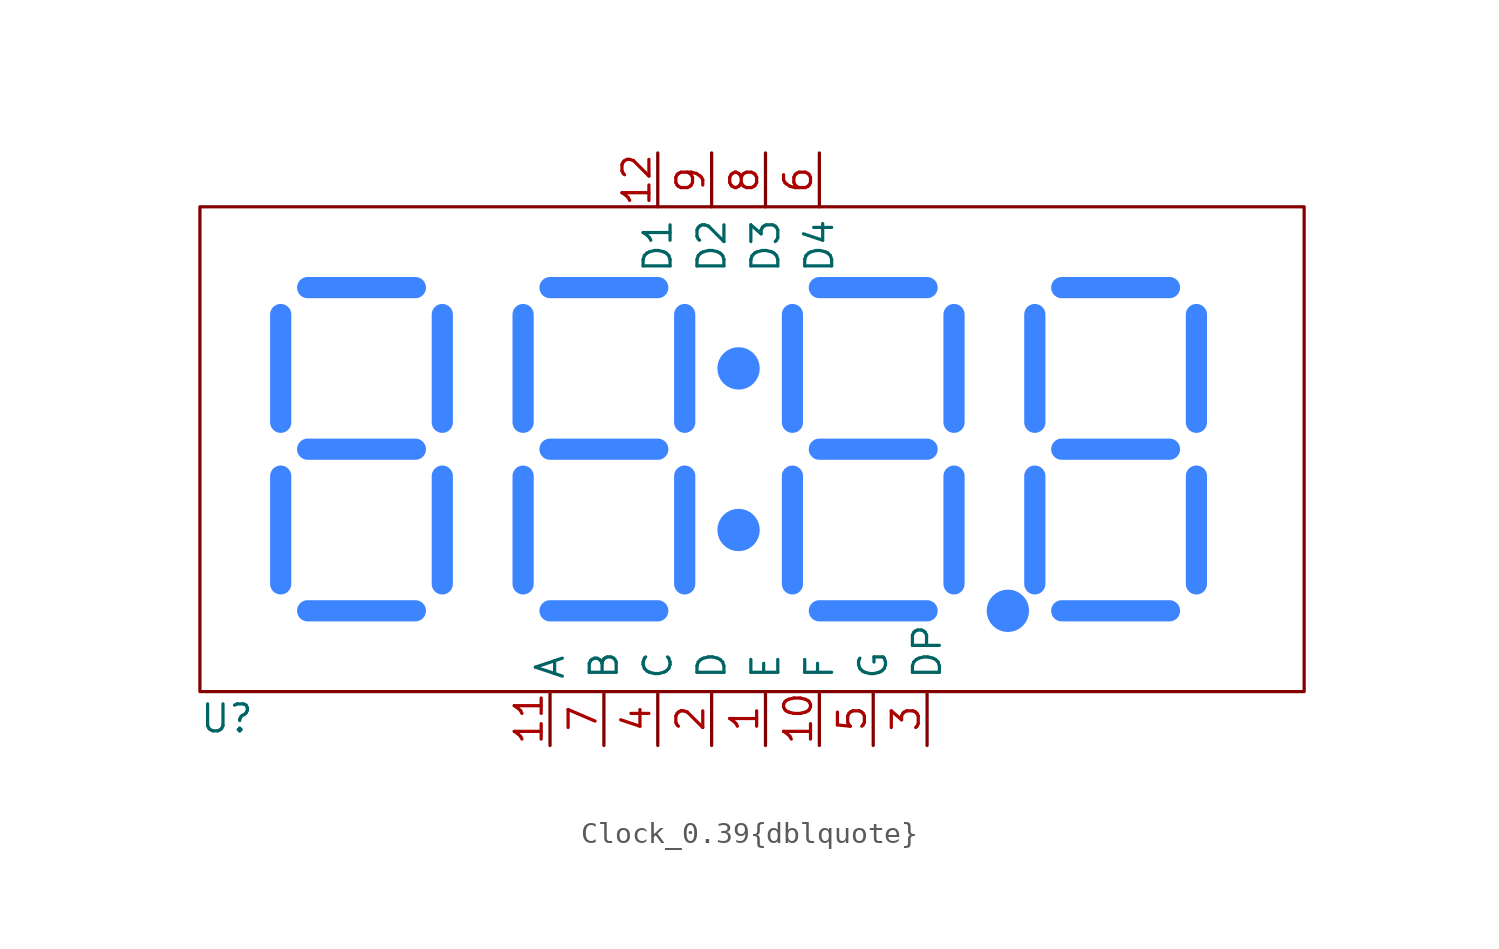
<source format=kicad_sym>
(kicad_symbol_lib
  (version 20220914)
  (generator kicad_symbol_editor)
  (symbol "Clock_0.39{dblquote}"
    (property "Reference" "U"
      (at 1.27 -1.27 0)
      (effects (font (size 1.27 1.27))))
    (property "Value" ""
      (at 0 0 0)
      (effects (font (size 1.27 1.27))))
    (symbol "Clock_0.39{dblquote}_0_1"
      (rectangle (start 0 22.86) (end 52.07 0) (stroke (width 0) (type default)) (fill (type none))))
    (symbol "Clock_0.39{dblquote}_1_1"
      (polyline (pts (xy 3.81 5.08) (xy 3.81 10.16)) (stroke (width 1) (type solid) (color 61 132 255 1)) (fill (type none)))
      (polyline (pts (xy 3.81 12.7) (xy 3.81 17.78)) (stroke (width 1) (type solid) (color 61 132 255 1)) (fill (type none)))
      (polyline (pts (xy 5.08 3.81) (xy 10.16 3.81)) (stroke (width 1) (type solid) (color 61 132 255 1)) (fill (type none)))
      (polyline (pts (xy 5.08 11.43) (xy 10.16 11.43)) (stroke (width 1) (type solid) (color 61 132 255 1)) (fill (type none)))
      (polyline (pts (xy 5.08 19.05) (xy 10.16 19.05)) (stroke (width 1) (type solid) (color 61 132 255 1)) (fill (type none)))
      (polyline (pts (xy 11.43 10.16) (xy 11.43 5.08)) (stroke (width 1) (type solid) (color 61 132 255 1)) (fill (type none)))
      (polyline (pts (xy 11.43 12.7) (xy 11.43 17.78)) (stroke (width 1) (type solid) (color 61 132 255 1)) (fill (type none)))
      (polyline (pts (xy 15.24 5.08) (xy 15.24 10.16)) (stroke (width 1) (type solid) (color 61 132 255 1)) (fill (type none)))
      (polyline (pts (xy 15.24 12.7) (xy 15.24 17.78)) (stroke (width 1) (type solid) (color 61 132 255 1)) (fill (type none)))
      (polyline (pts (xy 16.51 3.81) (xy 21.59 3.81)) (stroke (width 1) (type solid) (color 61 132 255 1)) (fill (type none)))
      (polyline (pts (xy 16.51 11.43) (xy 21.59 11.43)) (stroke (width 1) (type solid) (color 61 132 255 1)) (fill (type none)))
      (polyline (pts (xy 16.51 19.05) (xy 21.59 19.05)) (stroke (width 1) (type solid) (color 61 132 255 1)) (fill (type none)))
      (polyline (pts (xy 22.86 10.16) (xy 22.86 5.08)) (stroke (width 1) (type solid) (color 61 132 255 1)) (fill (type none)))
      (polyline (pts (xy 22.86 12.7) (xy 22.86 17.78)) (stroke (width 1) (type solid) (color 61 132 255 1)) (fill (type none)))
      (polyline (pts (xy 27.94 5.08) (xy 27.94 10.16)) (stroke (width 1) (type solid) (color 61 132 255 1)) (fill (type none)))
      (polyline (pts (xy 27.94 12.7) (xy 27.94 17.78)) (stroke (width 1) (type solid) (color 61 132 255 1)) (fill (type none)))
      (polyline (pts (xy 29.21 3.81) (xy 34.29 3.81)) (stroke (width 1) (type solid) (color 61 132 255 1)) (fill (type none)))
      (polyline (pts (xy 29.21 11.43) (xy 34.29 11.43)) (stroke (width 1) (type solid) (color 61 132 255 1)) (fill (type none)))
      (polyline (pts (xy 29.21 19.05) (xy 34.29 19.05)) (stroke (width 1) (type solid) (color 61 132 255 1)) (fill (type none)))
      (polyline (pts (xy 35.56 10.16) (xy 35.56 5.08)) (stroke (width 1) (type solid) (color 61 132 255 1)) (fill (type none)))
      (polyline (pts (xy 35.56 12.7) (xy 35.56 17.78)) (stroke (width 1) (type solid) (color 61 132 255 1)) (fill (type none)))
      (polyline (pts (xy 39.37 5.08) (xy 39.37 10.16)) (stroke (width 1) (type solid) (color 61 132 255 1)) (fill (type none)))
      (polyline (pts (xy 39.37 12.7) (xy 39.37 17.78)) (stroke (width 1) (type solid) (color 61 132 255 1)) (fill (type none)))
      (polyline (pts (xy 40.64 3.81) (xy 45.72 3.81)) (stroke (width 1) (type solid) (color 61 132 255 1)) (fill (type none)))
      (polyline (pts (xy 40.64 11.43) (xy 45.72 11.43)) (stroke (width 1) (type solid) (color 61 132 255 1)) (fill (type none)))
      (polyline (pts (xy 40.64 19.05) (xy 45.72 19.05)) (stroke (width 1) (type solid) (color 61 132 255 1)) (fill (type none)))
      (polyline (pts (xy 46.99 10.16) (xy 46.99 5.08)) (stroke (width 1) (type solid) (color 61 132 255 1)) (fill (type none)))
      (polyline (pts (xy 46.99 12.7) (xy 46.99 17.78)) (stroke (width 1) (type solid) (color 61 132 255 1)) (fill (type none)))
      (circle (center 25.4 7.62) (radius 0.0001) (stroke (width 1) (type solid) (color 61 132 255 1)) (fill (type none)))
      (circle (center 25.4 15.24) (radius 0.0001) (stroke (width 1) (type solid) (color 61 132 255 1)) (fill (type none)))
      (circle (center 38.1 3.81) (radius 0.0001) (stroke (width 1) (type solid) (color 61 132 255 1)) (fill (type none)))
      (pin input line (at 26.67 -2.54 90) (length 2.54) (name "E" (effects (font (size 1.27 1.27)))) (number "1" (effects (font (size 1.27 1.27)))))
      (pin input line (at 29.21 -2.54 90) (length 2.54) (name "F" (effects (font (size 1.27 1.27)))) (number "10" (effects (font (size 1.27 1.27)))))
      (pin input line (at 16.51 -2.54 90) (length 2.54) (name "A" (effects (font (size 1.27 1.27)))) (number "11" (effects (font (size 1.27 1.27)))))
      (pin input line (at 21.59 25.4 270) (length 2.54) (name "D1" (effects (font (size 1.27 1.27)))) (number "12" (effects (font (size 1.27 1.27)))))
      (pin input line (at 24.13 -2.54 90) (length 2.54) (name "D" (effects (font (size 1.27 1.27)))) (number "2" (effects (font (size 1.27 1.27)))))
      (pin input line (at 34.29 -2.54 90) (length 2.54) (name "DP" (effects (font (size 1.27 1.27)))) (number "3" (effects (font (size 1.27 1.27)))))
      (pin input line (at 21.59 -2.54 90) (length 2.54) (name "C" (effects (font (size 1.27 1.27)))) (number "4" (effects (font (size 1.27 1.27)))))
      (pin input line (at 31.75 -2.54 90) (length 2.54) (name "G" (effects (font (size 1.27 1.27)))) (number "5" (effects (font (size 1.27 1.27)))))
      (pin input line (at 29.21 25.4 270) (length 2.54) (name "D4" (effects (font (size 1.27 1.27)))) (number "6" (effects (font (size 1.27 1.27)))))
      (pin input line (at 19.05 -2.54 90) (length 2.54) (name "B" (effects (font (size 1.27 1.27)))) (number "7" (effects (font (size 1.27 1.27)))))
      (pin input line (at 26.67 25.4 270) (length 2.54) (name "D3" (effects (font (size 1.27 1.27)))) (number "8" (effects (font (size 1.27 1.27)))))
      (pin input line (at 24.13 25.4 270) (length 2.54) (name "D2" (effects (font (size 1.27 1.27)))) (number "9" (effects (font (size 1.27 1.27))))))))
</source>
